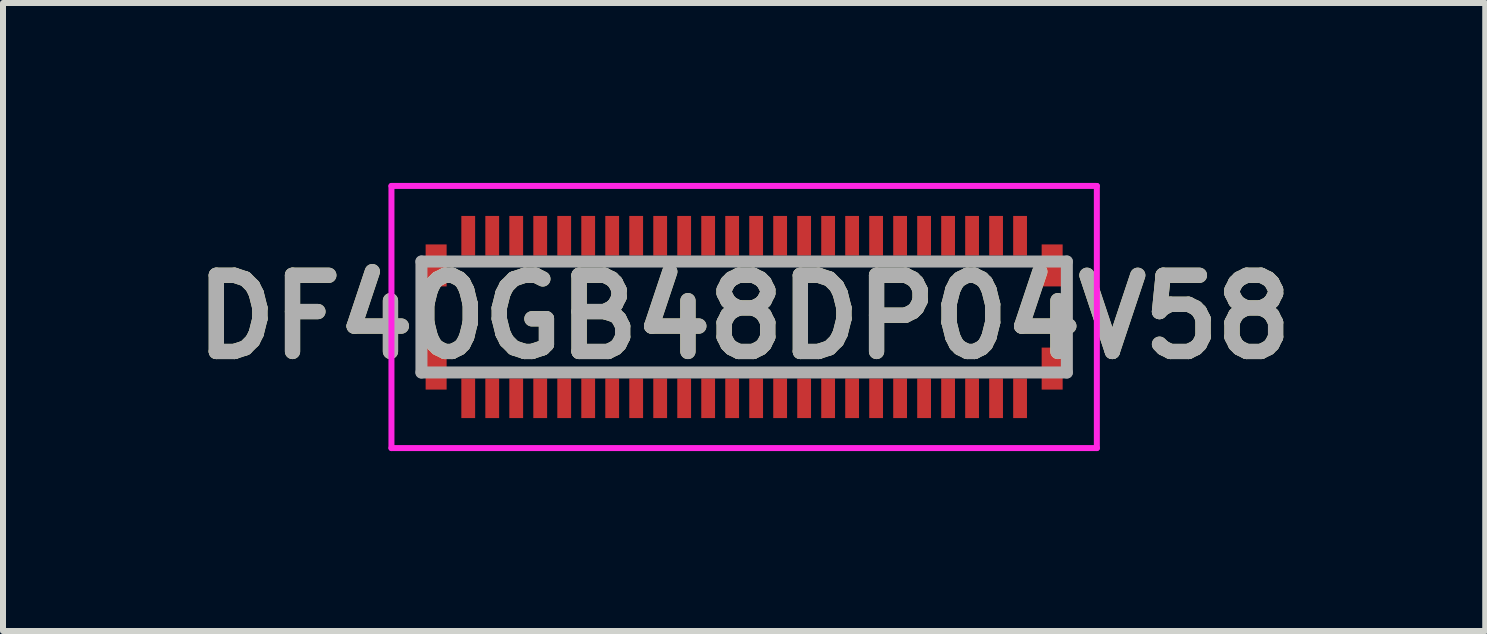
<source format=kicad_pcb>
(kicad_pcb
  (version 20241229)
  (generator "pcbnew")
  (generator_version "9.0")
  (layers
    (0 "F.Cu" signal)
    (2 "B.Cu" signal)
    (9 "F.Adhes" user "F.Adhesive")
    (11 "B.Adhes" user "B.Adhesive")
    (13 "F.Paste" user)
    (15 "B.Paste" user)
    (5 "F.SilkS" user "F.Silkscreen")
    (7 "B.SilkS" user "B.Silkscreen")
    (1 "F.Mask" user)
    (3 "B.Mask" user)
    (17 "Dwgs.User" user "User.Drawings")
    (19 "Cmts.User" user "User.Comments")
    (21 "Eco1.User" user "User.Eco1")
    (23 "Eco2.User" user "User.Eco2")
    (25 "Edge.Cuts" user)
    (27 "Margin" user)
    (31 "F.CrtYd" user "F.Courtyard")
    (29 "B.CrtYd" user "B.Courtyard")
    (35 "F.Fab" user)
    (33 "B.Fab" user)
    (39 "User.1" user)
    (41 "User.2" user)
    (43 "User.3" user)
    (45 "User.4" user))
  (footprint "DF40GB48DP04V58"
    (layer "F.Cu")
    (at 9.356 2.235)
    (property "Reference" "DF40GB48DP04V58" (at 0 0 0) (layer "F.SilkS") (effects (font (size 1.27 1.27) (thickness 0.254))))
    (attr smd)
    (fp_line (start -5.38 0.2) (end -5.38 -0.2) (stroke (width 0.1) (type solid)) (layer "F.SilkS"))
    (fp_line (start 5.38 0.2) (end 5.38 -0.2) (stroke (width 0.1) (type solid)) (layer "F.SilkS"))
    (fp_line (start -5.88 -2.185) (end -5.88 2.185) (stroke (width 0.1) (type solid)) (layer "F.CrtYd"))
    (fp_line (start -5.88 2.185) (end 5.88 2.185) (stroke (width 0.1) (type solid)) (layer "F.CrtYd"))
    (fp_line (start 5.88 -2.185) (end -5.88 -2.185) (stroke (width 0.1) (type solid)) (layer "F.CrtYd"))
    (fp_line (start 5.88 2.185) (end 5.88 -2.185) (stroke (width 0.1) (type solid)) (layer "F.CrtYd"))
    (fp_line (start -5.38 -0.925) (end -5.38 0.925) (stroke (width 0.2) (type solid)) (layer "F.Fab"))
    (fp_line (start -5.38 0.925) (end 5.38 0.925) (stroke (width 0.2) (type solid)) (layer "F.Fab"))
    (fp_line (start 5.38 -0.925) (end -5.38 -0.925) (stroke (width 0.2) (type solid)) (layer "F.Fab"))
    (fp_line (start 5.38 0.925) (end 5.38 -0.925) (stroke (width 0.2) (type solid)) (layer "F.Fab"))
    (fp_text user "${REFERENCE}" (at 0 0 0) (layer "F.Fab") (effects (font (size 1.27 1.27) (thickness 0.254))))
    (pad "1" smd rect (at -4.6 1.355) (size 0.23 0.66) (layers "F.Cu" "F.Mask" "F.Paste"))
    (pad "2" smd rect (at -4.2 1.355) (size 0.23 0.66) (layers "F.Cu" "F.Mask" "F.Paste"))
    (pad "3" smd rect (at -3.8 1.355) (size 0.23 0.66) (layers "F.Cu" "F.Mask" "F.Paste"))
    (pad "4" smd rect (at -3.4 1.355) (size 0.23 0.66) (layers "F.Cu" "F.Mask" "F.Paste"))
    (pad "5" smd rect (at -3 1.355) (size 0.23 0.66) (layers "F.Cu" "F.Mask" "F.Paste"))
    (pad "6" smd rect (at -2.6 1.355) (size 0.23 0.66) (layers "F.Cu" "F.Mask" "F.Paste"))
    (pad "7" smd rect (at -2.2 1.355) (size 0.23 0.66) (layers "F.Cu" "F.Mask" "F.Paste"))
    (pad "8" smd rect (at -1.8 1.355) (size 0.23 0.66) (layers "F.Cu" "F.Mask" "F.Paste"))
    (pad "9" smd rect (at -1.4 1.355) (size 0.23 0.66) (layers "F.Cu" "F.Mask" "F.Paste"))
    (pad "10" smd rect (at -1 1.355) (size 0.23 0.66) (layers "F.Cu" "F.Mask" "F.Paste"))
    (pad "11" smd rect (at -0.6 1.355) (size 0.23 0.66) (layers "F.Cu" "F.Mask" "F.Paste"))
    (pad "12" smd rect (at -0.2 1.355) (size 0.23 0.66) (layers "F.Cu" "F.Mask" "F.Paste"))
    (pad "13" smd rect (at 0.2 1.355) (size 0.23 0.66) (layers "F.Cu" "F.Mask" "F.Paste"))
    (pad "14" smd rect (at 0.6 1.355) (size 0.23 0.66) (layers "F.Cu" "F.Mask" "F.Paste"))
    (pad "15" smd rect (at 1 1.355) (size 0.23 0.66) (layers "F.Cu" "F.Mask" "F.Paste"))
    (pad "16" smd rect (at 1.4 1.355) (size 0.23 0.66) (layers "F.Cu" "F.Mask" "F.Paste"))
    (pad "17" smd rect (at 1.8 1.355) (size 0.23 0.66) (layers "F.Cu" "F.Mask" "F.Paste"))
    (pad "18" smd rect (at 2.2 1.355) (size 0.23 0.66) (layers "F.Cu" "F.Mask" "F.Paste"))
    (pad "19" smd rect (at 2.6 1.355) (size 0.23 0.66) (layers "F.Cu" "F.Mask" "F.Paste"))
    (pad "20" smd rect (at 3 1.355) (size 0.23 0.66) (layers "F.Cu" "F.Mask" "F.Paste"))
    (pad "21" smd rect (at 3.4 1.355) (size 0.23 0.66) (layers "F.Cu" "F.Mask" "F.Paste"))
    (pad "22" smd rect (at 3.8 1.355) (size 0.23 0.66) (layers "F.Cu" "F.Mask" "F.Paste"))
    (pad "23" smd rect (at 4.2 1.355) (size 0.23 0.66) (layers "F.Cu" "F.Mask" "F.Paste"))
    (pad "24" smd rect (at 4.6 1.355) (size 0.23 0.66) (layers "F.Cu" "F.Mask" "F.Paste"))
    (pad "25" smd rect (at -4.6 -1.355) (size 0.23 0.66) (layers "F.Cu" "F.Mask" "F.Paste"))
    (pad "26" smd rect (at -4.2 -1.355) (size 0.23 0.66) (layers "F.Cu" "F.Mask" "F.Paste"))
    (pad "27" smd rect (at -3.8 -1.355) (size 0.23 0.66) (layers "F.Cu" "F.Mask" "F.Paste"))
    (pad "28" smd rect (at -3.4 -1.355) (size 0.23 0.66) (layers "F.Cu" "F.Mask" "F.Paste"))
    (pad "29" smd rect (at -3 -1.355) (size 0.23 0.66) (layers "F.Cu" "F.Mask" "F.Paste"))
    (pad "30" smd rect (at -2.6 -1.355) (size 0.23 0.66) (layers "F.Cu" "F.Mask" "F.Paste"))
    (pad "31" smd rect (at -2.2 -1.355) (size 0.23 0.66) (layers "F.Cu" "F.Mask" "F.Paste"))
    (pad "32" smd rect (at -1.8 -1.355) (size 0.23 0.66) (layers "F.Cu" "F.Mask" "F.Paste"))
    (pad "33" smd rect (at -1.4 -1.355) (size 0.23 0.66) (layers "F.Cu" "F.Mask" "F.Paste"))
    (pad "34" smd rect (at -1 -1.355) (size 0.23 0.66) (layers "F.Cu" "F.Mask" "F.Paste"))
    (pad "35" smd rect (at -0.6 -1.355) (size 0.23 0.66) (layers "F.Cu" "F.Mask" "F.Paste"))
    (pad "36" smd rect (at -0.2 -1.355) (size 0.23 0.66) (layers "F.Cu" "F.Mask" "F.Paste"))
    (pad "37" smd rect (at 0.2 -1.355) (size 0.23 0.66) (layers "F.Cu" "F.Mask" "F.Paste"))
    (pad "38" smd rect (at 0.6 -1.355) (size 0.23 0.66) (layers "F.Cu" "F.Mask" "F.Paste"))
    (pad "39" smd rect (at 1 -1.355) (size 0.23 0.66) (layers "F.Cu" "F.Mask" "F.Paste"))
    (pad "40" smd rect (at 1.4 -1.355) (size 0.23 0.66) (layers "F.Cu" "F.Mask" "F.Paste"))
    (pad "41" smd rect (at 1.8 -1.355) (size 0.23 0.66) (layers "F.Cu" "F.Mask" "F.Paste"))
    (pad "42" smd rect (at 2.2 -1.355) (size 0.23 0.66) (layers "F.Cu" "F.Mask" "F.Paste"))
    (pad "43" smd rect (at 2.6 -1.355) (size 0.23 0.66) (layers "F.Cu" "F.Mask" "F.Paste"))
    (pad "44" smd rect (at 3 -1.355) (size 0.23 0.66) (layers "F.Cu" "F.Mask" "F.Paste"))
    (pad "45" smd rect (at 3.4 -1.355) (size 0.23 0.66) (layers "F.Cu" "F.Mask" "F.Paste"))
    (pad "46" smd rect (at 3.8 -1.355) (size 0.23 0.66) (layers "F.Cu" "F.Mask" "F.Paste"))
    (pad "47" smd rect (at 4.2 -1.355) (size 0.23 0.66) (layers "F.Cu" "F.Mask" "F.Paste"))
    (pad "48" smd rect (at 4.6 -1.355) (size 0.23 0.66) (layers "F.Cu" "F.Mask" "F.Paste"))
    (pad "MP1" smd rect (at -5.135 0.86) (size 0.35 0.7) (layers "F.Cu" "F.Mask" "F.Paste"))
    (pad "MP2" smd rect (at 5.135 0.86) (size 0.35 0.7) (layers "F.Cu" "F.Mask" "F.Paste"))
    (pad "MP3" smd rect (at -5.135 -0.86) (size 0.35 0.7) (layers "F.Cu" "F.Mask" "F.Paste"))
    (pad "MP4" smd rect (at 5.135 -0.86) (size 0.35 0.7) (layers "F.Cu" "F.Mask" "F.Paste")))
  (gr_rect
    (start -3 -3)
    (end 21.711 7.47)
    (stroke (width 0.1) (type default))
    (fill no)
    (layer "Edge.Cuts")))
</source>
